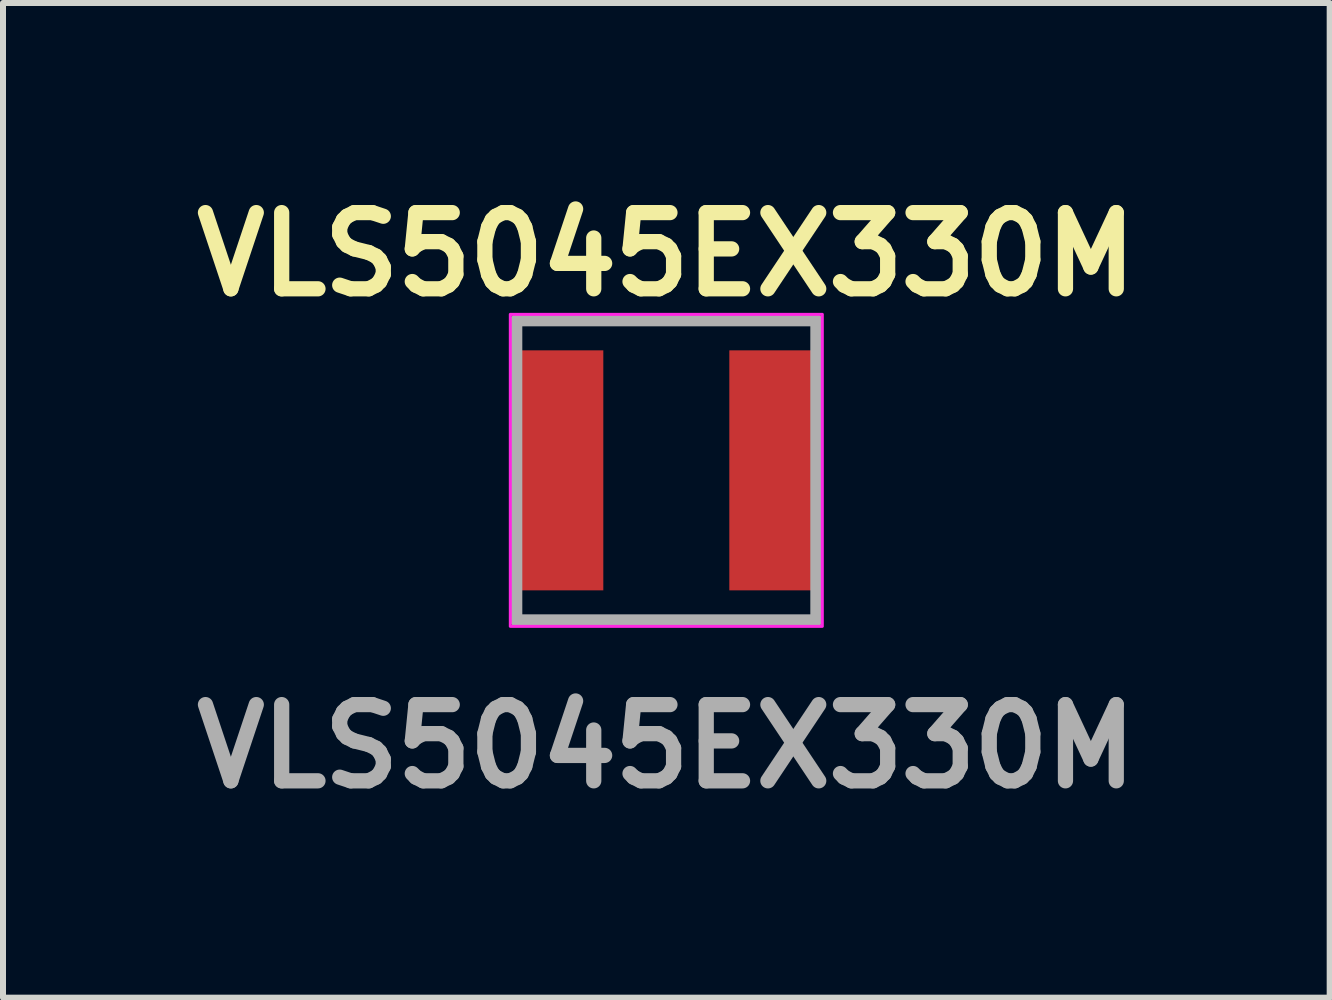
<source format=kicad_pcb>
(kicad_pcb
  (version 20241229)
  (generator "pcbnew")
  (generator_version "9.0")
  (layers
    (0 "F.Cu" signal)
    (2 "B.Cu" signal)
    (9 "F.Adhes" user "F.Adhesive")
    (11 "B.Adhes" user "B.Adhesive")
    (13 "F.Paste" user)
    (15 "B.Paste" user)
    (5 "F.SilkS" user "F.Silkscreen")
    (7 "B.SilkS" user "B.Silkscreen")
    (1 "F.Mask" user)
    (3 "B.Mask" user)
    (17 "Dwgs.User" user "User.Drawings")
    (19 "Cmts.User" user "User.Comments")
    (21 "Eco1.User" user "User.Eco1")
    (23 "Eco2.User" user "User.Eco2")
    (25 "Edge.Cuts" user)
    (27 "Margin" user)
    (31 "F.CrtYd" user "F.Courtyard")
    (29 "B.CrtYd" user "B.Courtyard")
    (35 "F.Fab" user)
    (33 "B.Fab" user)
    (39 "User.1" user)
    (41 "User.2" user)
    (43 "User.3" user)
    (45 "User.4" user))
  (footprint "VLS5045EX330M"
    (layer "F.Cu")
    (at 8.055 4.789)
    (property "Reference" "VLS5045EX330M" (at 0 -3.6 0) (layer "F.SilkS") (effects (font (size 1.27 1.27) (thickness 0.254))))
    (attr smd)
    (fp_line (start -2.5 -2.5) (end 2.5 -2.5) (stroke (width 0.1) (type solid)) (layer "F.SilkS"))
    (fp_line (start -2.5 2.5) (end 2.54 2.5) (stroke (width 0.1) (type solid)) (layer "F.SilkS"))
    (fp_rect (start -2.6 -2.6) (end 2.6 2.6) (stroke (width 0.05) (type default)) (fill no) (layer "F.CrtYd"))
    (fp_line (start -2.5 -2.5) (end 2.5 -2.5) (stroke (width 0.2) (type solid)) (layer "F.Fab"))
    (fp_line (start -2.5 2.5) (end -2.5 -2.5) (stroke (width 0.2) (type solid)) (layer "F.Fab"))
    (fp_line (start 2.5 -2.5) (end 2.5 2.5) (stroke (width 0.2) (type solid)) (layer "F.Fab"))
    (fp_line (start 2.5 2.5) (end -2.5 2.5) (stroke (width 0.2) (type solid)) (layer "F.Fab"))
    (fp_text user "${REFERENCE}" (at 0 4.6 0) (layer "F.Fab") (effects (font (size 1.27 1.27) (thickness 0.254))))
    (pad "1" smd rect (at -1.8 0) (size 1.5 4) (layers "F.Cu" "F.Mask" "F.Paste"))
    (pad "2" smd rect (at 1.8 0) (size 1.5 4) (layers "F.Cu" "F.Mask" "F.Paste")))
  (gr_rect
    (start -3 -3)
    (end 19.111 13.577)
    (stroke (width 0.1) (type default))
    (fill no)
    (layer "Edge.Cuts")))
</source>
